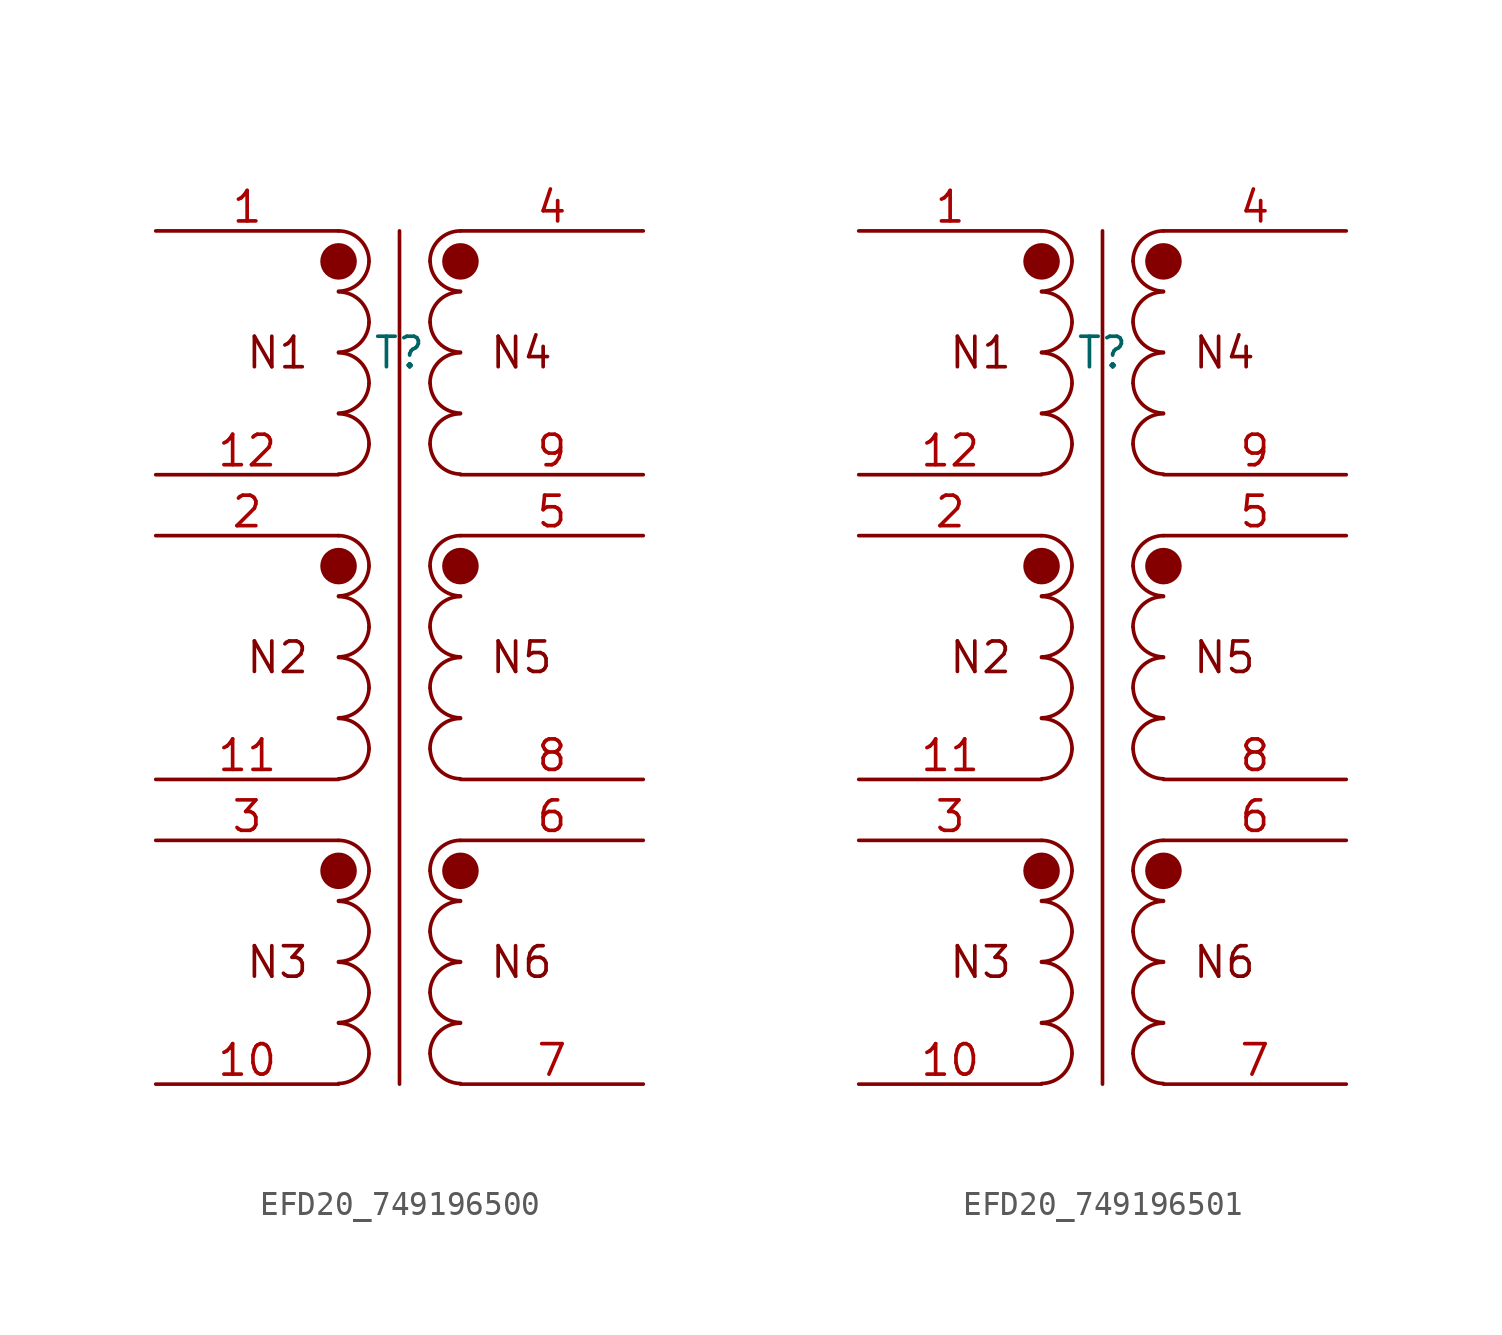
<source format=kicad_sym>
(kicad_symbol_lib
  (version 20220914)
  (generator kicad_symbol_editor)
  (symbol "EFD20_749196500"
    (pin_names hide)
    (property "Reference" "T"
      (at 0 12.7 0)
      (effects (font (size 1.27 1.27))))
    (property "Critical Parameter" ""
      (at 0 -5.08 0)
      (effects (font (size 1.27 1.27)) (justify left)))
    (symbol "EFD20_749196500_0_1"
      (arc (start -2.54 -17.7546) (mid -1.6561 -17.3863) (end -1.27 -16.51) (stroke (width 0) (type default)) (fill (type none)))
      (arc (start -2.54 -15.2146) (mid -1.6561 -14.8463) (end -1.27 -13.97) (stroke (width 0) (type default)) (fill (type none)))
      (arc (start -2.54 -12.6746) (mid -1.6561 -12.3063) (end -1.27 -11.43) (stroke (width 0) (type default)) (fill (type none)))
      (arc (start -2.54 -10.1346) (mid -1.6561 -9.7663) (end -1.27 -8.89) (stroke (width 0) (type default)) (fill (type none)))
      (arc (start -2.54 -5.0546) (mid -1.6561 -4.6863) (end -1.27 -3.81) (stroke (width 0) (type default)) (fill (type none)))
      (arc (start -2.54 -2.5146) (mid -1.6561 -2.1463) (end -1.27 -1.27) (stroke (width 0) (type default)) (fill (type none)))
      (arc (start -2.54 0.0254) (mid -1.6561 0.3937) (end -1.27 1.27) (stroke (width 0) (type default)) (fill (type none)))
      (arc (start -2.54 2.5654) (mid -1.6561 2.9337) (end -1.27 3.81) (stroke (width 0) (type default)) (fill (type none)))
      (arc (start -2.54 7.6454) (mid -1.6561 8.0137) (end -1.27 8.89) (stroke (width 0) (type default)) (fill (type none)))
      (arc (start -2.54 10.1854) (mid -1.6561 10.5537) (end -1.27 11.43) (stroke (width 0) (type default)) (fill (type none)))
      (arc (start -2.54 12.7254) (mid -1.6561 13.0937) (end -1.27 13.97) (stroke (width 0) (type default)) (fill (type none)))
      (arc (start -2.54 15.2654) (mid -1.6561 15.6337) (end -1.27 16.51) (stroke (width 0) (type default)) (fill (type none)))
      (arc (start -1.27 -16.51) (mid -1.642 -15.612) (end -2.54 -15.24) (stroke (width 0) (type default)) (fill (type none)))
      (arc (start -1.27 -13.97) (mid -1.642 -13.072) (end -2.54 -12.7) (stroke (width 0) (type default)) (fill (type none)))
      (arc (start -1.27 -11.43) (mid -1.642 -10.532) (end -2.54 -10.16) (stroke (width 0) (type default)) (fill (type none)))
      (arc (start -1.27 -8.89) (mid -1.642 -7.992) (end -2.54 -7.62) (stroke (width 0) (type default)) (fill (type none)))
      (arc (start -1.27 -3.81) (mid -1.642 -2.912) (end -2.54 -2.54) (stroke (width 0) (type default)) (fill (type none)))
      (arc (start -1.27 -1.27) (mid -1.642 -0.372) (end -2.54 0) (stroke (width 0) (type default)) (fill (type none)))
      (arc (start -1.27 1.27) (mid -1.642 2.168) (end -2.54 2.54) (stroke (width 0) (type default)) (fill (type none)))
      (arc (start -1.27 3.81) (mid -1.642 4.708) (end -2.54 5.08) (stroke (width 0) (type default)) (fill (type none)))
      (arc (start -1.27 8.89) (mid -1.642 9.788) (end -2.54 10.16) (stroke (width 0) (type default)) (fill (type none)))
      (arc (start -1.27 11.43) (mid -1.642 12.328) (end -2.54 12.7) (stroke (width 0) (type default)) (fill (type none)))
      (arc (start -1.27 13.97) (mid -1.642 14.868) (end -2.54 15.24) (stroke (width 0) (type default)) (fill (type none)))
      (arc (start -1.27 16.51) (mid -1.642 17.408) (end -2.54 17.78) (stroke (width 0) (type default)) (fill (type none)))
      (polyline (pts (xy 0 -17.78) (xy 0 17.78)) (stroke (width 0) (type default)) (fill (type none)))
      (arc (start 1.27 -16.51) (mid 1.6561 -17.3863) (end 2.54 -17.7546) (stroke (width 0) (type default)) (fill (type none)))
      (arc (start 1.27 -13.97) (mid 1.6561 -14.8463) (end 2.54 -15.2146) (stroke (width 0) (type default)) (fill (type none)))
      (arc (start 1.27 -11.43) (mid 1.6561 -12.3063) (end 2.54 -12.6746) (stroke (width 0) (type default)) (fill (type none)))
      (arc (start 1.27 -8.89) (mid 1.6561 -9.7663) (end 2.54 -10.1346) (stroke (width 0) (type default)) (fill (type none)))
      (arc (start 1.27 -3.81) (mid 1.6561 -4.6863) (end 2.54 -5.0546) (stroke (width 0) (type default)) (fill (type none)))
      (arc (start 1.27 -1.27) (mid 1.6561 -2.1463) (end 2.54 -2.5146) (stroke (width 0) (type default)) (fill (type none)))
      (arc (start 1.27 1.27) (mid 1.6561 0.3937) (end 2.54 0.0254) (stroke (width 0) (type default)) (fill (type none)))
      (arc (start 1.27 3.81) (mid 1.6561 2.9337) (end 2.54 2.5654) (stroke (width 0) (type default)) (fill (type none)))
      (arc (start 1.27 8.89) (mid 1.6561 8.0137) (end 2.54 7.6454) (stroke (width 0) (type default)) (fill (type none)))
      (arc (start 1.27 11.43) (mid 1.6561 10.5537) (end 2.54 10.1854) (stroke (width 0) (type default)) (fill (type none)))
      (arc (start 1.27 13.97) (mid 1.6561 13.0937) (end 2.54 12.7254) (stroke (width 0) (type default)) (fill (type none)))
      (arc (start 1.27 16.51) (mid 1.6561 15.6337) (end 2.54 15.2654) (stroke (width 0) (type default)) (fill (type none)))
      (arc (start 2.54 -15.24) (mid 1.642 -15.612) (end 1.27 -16.51) (stroke (width 0) (type default)) (fill (type none)))
      (arc (start 2.54 -12.7) (mid 1.642 -13.072) (end 1.27 -13.97) (stroke (width 0) (type default)) (fill (type none)))
      (arc (start 2.54 -10.16) (mid 1.642 -10.532) (end 1.27 -11.43) (stroke (width 0) (type default)) (fill (type none)))
      (arc (start 2.54 -7.62) (mid 1.642 -7.992) (end 1.27 -8.89) (stroke (width 0) (type default)) (fill (type none)))
      (arc (start 2.54 -2.54) (mid 1.642 -2.912) (end 1.27 -3.81) (stroke (width 0) (type default)) (fill (type none)))
      (arc (start 2.54 0) (mid 1.642 -0.372) (end 1.27 -1.27) (stroke (width 0) (type default)) (fill (type none)))
      (arc (start 2.54 2.54) (mid 1.642 2.168) (end 1.27 1.27) (stroke (width 0) (type default)) (fill (type none)))
      (arc (start 2.54 5.08) (mid 1.642 4.708) (end 1.27 3.81) (stroke (width 0) (type default)) (fill (type none)))
      (arc (start 2.54 10.16) (mid 1.642 9.788) (end 1.27 8.89) (stroke (width 0) (type default)) (fill (type none)))
      (arc (start 2.54 12.7) (mid 1.642 12.328) (end 1.27 11.43) (stroke (width 0) (type default)) (fill (type none)))
      (arc (start 2.54 15.24) (mid 1.642 14.868) (end 1.27 13.97) (stroke (width 0) (type default)) (fill (type none)))
      (arc (start 2.54 17.78) (mid 1.642 17.408) (end 1.27 16.51) (stroke (width 0) (type default)) (fill (type none))))
    (symbol "EFD20_749196500_1_1"
      (circle (center -2.54 -8.89) (radius 0.0001) (stroke (width 0.762) (type default)) (fill (type none)))
      (circle (center -2.54 3.81) (radius 0.0001) (stroke (width 0.762) (type default)) (fill (type none)))
      (circle (center -2.54 16.51) (radius 0.0001) (stroke (width 0.762) (type default)) (fill (type none)))
      (circle (center 2.54 -8.89) (radius 0.0001) (stroke (width 0.762) (type default)) (fill (type none)))
      (circle (center 2.54 3.81) (radius 0.0001) (stroke (width 0.762) (type default)) (fill (type none)))
      (circle (center 2.54 16.51) (radius 0.0001) (stroke (width 0.762) (type default)) (fill (type none)))
      (text "N1" (at -5.08 12.7 0) (effects (font (size 1.27 1.27))))
      (text "N2" (at -5.08 0 0) (effects (font (size 1.27 1.27))))
      (text "N3" (at -5.08 -12.7 0) (effects (font (size 1.27 1.27))))
      (text "N4" (at 5.08 12.7 0) (effects (font (size 1.27 1.27))))
      (text "N5" (at 5.08 0 0) (effects (font (size 1.27 1.27))))
      (text "N6" (at 5.08 -12.7 0) (effects (font (size 1.27 1.27))))
      (pin passive line (at -10.16 17.78 0) (length 7.62) (name "1" (effects (font (size 1.27 1.27)))) (number "1" (effects (font (size 1.27 1.27)))))
      (pin passive line (at -10.16 7.62 0) (length 7.62) (name "12" (effects (font (size 1.27 1.27)))) (number "12" (effects (font (size 1.27 1.27)))))
      (pin passive line (at -10.16 5.08 0) (length 7.62) (name "2" (effects (font (size 1.27 1.27)))) (number "2" (effects (font (size 1.27 1.27)))))
      (pin passive line (at -10.16 -5.08 0) (length 7.62) (name "11" (effects (font (size 1.27 1.27)))) (number "11" (effects (font (size 1.27 1.27)))))
      (pin passive line (at -10.16 -7.62 0) (length 7.62) (name "3" (effects (font (size 1.27 1.27)))) (number "3" (effects (font (size 1.27 1.27)))))
      (pin passive line (at -10.16 -17.78 0) (length 7.62) (name "10" (effects (font (size 1.27 1.27)))) (number "10" (effects (font (size 1.27 1.27)))))
      (pin passive line (at 10.16 -17.78 180) (length 7.62) (name "7" (effects (font (size 1.27 1.27)))) (number "7" (effects (font (size 1.27 1.27)))))
      (pin passive line (at 10.16 -7.62 180) (length 7.62) (name "6" (effects (font (size 1.27 1.27)))) (number "6" (effects (font (size 1.27 1.27)))))
      (pin passive line (at 10.16 -5.08 180) (length 7.62) (name "8" (effects (font (size 1.27 1.27)))) (number "8" (effects (font (size 1.27 1.27)))))
      (pin passive line (at 10.16 5.08 180) (length 7.62) (name "5" (effects (font (size 1.27 1.27)))) (number "5" (effects (font (size 1.27 1.27)))))
      (pin passive line (at 10.16 7.62 180) (length 7.62) (name "9" (effects (font (size 1.27 1.27)))) (number "9" (effects (font (size 1.27 1.27)))))
      (pin passive line (at 10.16 17.78 180) (length 7.62) (name "4" (effects (font (size 1.27 1.27)))) (number "4" (effects (font (size 1.27 1.27)))))))
  (symbol "EFD20_749196501"
    (pin_names hide)
    (property "Reference" "T"
      (at 0 12.7 0)
      (effects (font (size 1.27 1.27))))
    (property "Critical Parameter" ""
      (at 0 -5.08 0)
      (effects (font (size 1.27 1.27)) (justify left)))
    (symbol "EFD20_749196501_0_1"
      (arc (start -2.54 -17.7546) (mid -1.6561 -17.3863) (end -1.27 -16.51) (stroke (width 0) (type default)) (fill (type none)))
      (arc (start -2.54 -15.2146) (mid -1.6561 -14.8463) (end -1.27 -13.97) (stroke (width 0) (type default)) (fill (type none)))
      (arc (start -2.54 -12.6746) (mid -1.6561 -12.3063) (end -1.27 -11.43) (stroke (width 0) (type default)) (fill (type none)))
      (arc (start -2.54 -10.1346) (mid -1.6561 -9.7663) (end -1.27 -8.89) (stroke (width 0) (type default)) (fill (type none)))
      (arc (start -2.54 -5.0546) (mid -1.6561 -4.6863) (end -1.27 -3.81) (stroke (width 0) (type default)) (fill (type none)))
      (arc (start -2.54 -2.5146) (mid -1.6561 -2.1463) (end -1.27 -1.27) (stroke (width 0) (type default)) (fill (type none)))
      (arc (start -2.54 0.0254) (mid -1.6561 0.3937) (end -1.27 1.27) (stroke (width 0) (type default)) (fill (type none)))
      (arc (start -2.54 2.5654) (mid -1.6561 2.9337) (end -1.27 3.81) (stroke (width 0) (type default)) (fill (type none)))
      (arc (start -2.54 7.6454) (mid -1.6561 8.0137) (end -1.27 8.89) (stroke (width 0) (type default)) (fill (type none)))
      (arc (start -2.54 10.1854) (mid -1.6561 10.5537) (end -1.27 11.43) (stroke (width 0) (type default)) (fill (type none)))
      (arc (start -2.54 12.7254) (mid -1.6561 13.0937) (end -1.27 13.97) (stroke (width 0) (type default)) (fill (type none)))
      (arc (start -2.54 15.2654) (mid -1.6561 15.6337) (end -1.27 16.51) (stroke (width 0) (type default)) (fill (type none)))
      (arc (start -1.27 -16.51) (mid -1.642 -15.612) (end -2.54 -15.24) (stroke (width 0) (type default)) (fill (type none)))
      (arc (start -1.27 -13.97) (mid -1.642 -13.072) (end -2.54 -12.7) (stroke (width 0) (type default)) (fill (type none)))
      (arc (start -1.27 -11.43) (mid -1.642 -10.532) (end -2.54 -10.16) (stroke (width 0) (type default)) (fill (type none)))
      (arc (start -1.27 -8.89) (mid -1.642 -7.992) (end -2.54 -7.62) (stroke (width 0) (type default)) (fill (type none)))
      (arc (start -1.27 -3.81) (mid -1.642 -2.912) (end -2.54 -2.54) (stroke (width 0) (type default)) (fill (type none)))
      (arc (start -1.27 -1.27) (mid -1.642 -0.372) (end -2.54 0) (stroke (width 0) (type default)) (fill (type none)))
      (arc (start -1.27 1.27) (mid -1.642 2.168) (end -2.54 2.54) (stroke (width 0) (type default)) (fill (type none)))
      (arc (start -1.27 3.81) (mid -1.642 4.708) (end -2.54 5.08) (stroke (width 0) (type default)) (fill (type none)))
      (arc (start -1.27 8.89) (mid -1.642 9.788) (end -2.54 10.16) (stroke (width 0) (type default)) (fill (type none)))
      (arc (start -1.27 11.43) (mid -1.642 12.328) (end -2.54 12.7) (stroke (width 0) (type default)) (fill (type none)))
      (arc (start -1.27 13.97) (mid -1.642 14.868) (end -2.54 15.24) (stroke (width 0) (type default)) (fill (type none)))
      (arc (start -1.27 16.51) (mid -1.642 17.408) (end -2.54 17.78) (stroke (width 0) (type default)) (fill (type none)))
      (polyline (pts (xy 0 -17.78) (xy 0 17.78)) (stroke (width 0) (type default)) (fill (type none)))
      (arc (start 1.27 -16.51) (mid 1.6561 -17.3863) (end 2.54 -17.7546) (stroke (width 0) (type default)) (fill (type none)))
      (arc (start 1.27 -13.97) (mid 1.6561 -14.8463) (end 2.54 -15.2146) (stroke (width 0) (type default)) (fill (type none)))
      (arc (start 1.27 -11.43) (mid 1.6561 -12.3063) (end 2.54 -12.6746) (stroke (width 0) (type default)) (fill (type none)))
      (arc (start 1.27 -8.89) (mid 1.6561 -9.7663) (end 2.54 -10.1346) (stroke (width 0) (type default)) (fill (type none)))
      (arc (start 1.27 -3.81) (mid 1.6561 -4.6863) (end 2.54 -5.0546) (stroke (width 0) (type default)) (fill (type none)))
      (arc (start 1.27 -1.27) (mid 1.6561 -2.1463) (end 2.54 -2.5146) (stroke (width 0) (type default)) (fill (type none)))
      (arc (start 1.27 1.27) (mid 1.6561 0.3937) (end 2.54 0.0254) (stroke (width 0) (type default)) (fill (type none)))
      (arc (start 1.27 3.81) (mid 1.6561 2.9337) (end 2.54 2.5654) (stroke (width 0) (type default)) (fill (type none)))
      (arc (start 1.27 8.89) (mid 1.6561 8.0137) (end 2.54 7.6454) (stroke (width 0) (type default)) (fill (type none)))
      (arc (start 1.27 11.43) (mid 1.6561 10.5537) (end 2.54 10.1854) (stroke (width 0) (type default)) (fill (type none)))
      (arc (start 1.27 13.97) (mid 1.6561 13.0937) (end 2.54 12.7254) (stroke (width 0) (type default)) (fill (type none)))
      (arc (start 1.27 16.51) (mid 1.6561 15.6337) (end 2.54 15.2654) (stroke (width 0) (type default)) (fill (type none)))
      (arc (start 2.54 -15.24) (mid 1.642 -15.612) (end 1.27 -16.51) (stroke (width 0) (type default)) (fill (type none)))
      (arc (start 2.54 -12.7) (mid 1.642 -13.072) (end 1.27 -13.97) (stroke (width 0) (type default)) (fill (type none)))
      (arc (start 2.54 -10.16) (mid 1.642 -10.532) (end 1.27 -11.43) (stroke (width 0) (type default)) (fill (type none)))
      (arc (start 2.54 -7.62) (mid 1.642 -7.992) (end 1.27 -8.89) (stroke (width 0) (type default)) (fill (type none)))
      (arc (start 2.54 -2.54) (mid 1.642 -2.912) (end 1.27 -3.81) (stroke (width 0) (type default)) (fill (type none)))
      (arc (start 2.54 0) (mid 1.642 -0.372) (end 1.27 -1.27) (stroke (width 0) (type default)) (fill (type none)))
      (arc (start 2.54 2.54) (mid 1.642 2.168) (end 1.27 1.27) (stroke (width 0) (type default)) (fill (type none)))
      (arc (start 2.54 5.08) (mid 1.642 4.708) (end 1.27 3.81) (stroke (width 0) (type default)) (fill (type none)))
      (arc (start 2.54 10.16) (mid 1.642 9.788) (end 1.27 8.89) (stroke (width 0) (type default)) (fill (type none)))
      (arc (start 2.54 12.7) (mid 1.642 12.328) (end 1.27 11.43) (stroke (width 0) (type default)) (fill (type none)))
      (arc (start 2.54 15.24) (mid 1.642 14.868) (end 1.27 13.97) (stroke (width 0) (type default)) (fill (type none)))
      (arc (start 2.54 17.78) (mid 1.642 17.408) (end 1.27 16.51) (stroke (width 0) (type default)) (fill (type none))))
    (symbol "EFD20_749196501_1_1"
      (circle (center -2.54 -8.89) (radius 0.0001) (stroke (width 0.762) (type default)) (fill (type none)))
      (circle (center -2.54 3.81) (radius 0.0001) (stroke (width 0.762) (type default)) (fill (type none)))
      (circle (center -2.54 16.51) (radius 0.0001) (stroke (width 0.762) (type default)) (fill (type none)))
      (circle (center 2.54 -8.89) (radius 0.0001) (stroke (width 0.762) (type default)) (fill (type none)))
      (circle (center 2.54 3.81) (radius 0.0001) (stroke (width 0.762) (type default)) (fill (type none)))
      (circle (center 2.54 16.51) (radius 0.0001) (stroke (width 0.762) (type default)) (fill (type none)))
      (text "N1" (at -5.08 12.7 0) (effects (font (size 1.27 1.27))))
      (text "N2" (at -5.08 0 0) (effects (font (size 1.27 1.27))))
      (text "N3" (at -5.08 -12.7 0) (effects (font (size 1.27 1.27))))
      (text "N4" (at 5.08 12.7 0) (effects (font (size 1.27 1.27))))
      (text "N5" (at 5.08 0 0) (effects (font (size 1.27 1.27))))
      (text "N6" (at 5.08 -12.7 0) (effects (font (size 1.27 1.27))))
      (pin passive line (at -10.16 17.78 0) (length 7.62) (name "1" (effects (font (size 1.27 1.27)))) (number "1" (effects (font (size 1.27 1.27)))))
      (pin passive line (at -10.16 7.62 0) (length 7.62) (name "12" (effects (font (size 1.27 1.27)))) (number "12" (effects (font (size 1.27 1.27)))))
      (pin passive line (at -10.16 5.08 0) (length 7.62) (name "2" (effects (font (size 1.27 1.27)))) (number "2" (effects (font (size 1.27 1.27)))))
      (pin passive line (at -10.16 -5.08 0) (length 7.62) (name "11" (effects (font (size 1.27 1.27)))) (number "11" (effects (font (size 1.27 1.27)))))
      (pin passive line (at -10.16 -7.62 0) (length 7.62) (name "3" (effects (font (size 1.27 1.27)))) (number "3" (effects (font (size 1.27 1.27)))))
      (pin passive line (at -10.16 -17.78 0) (length 7.62) (name "10" (effects (font (size 1.27 1.27)))) (number "10" (effects (font (size 1.27 1.27)))))
      (pin passive line (at 10.16 -17.78 180) (length 7.62) (name "7" (effects (font (size 1.27 1.27)))) (number "7" (effects (font (size 1.27 1.27)))))
      (pin passive line (at 10.16 -7.62 180) (length 7.62) (name "6" (effects (font (size 1.27 1.27)))) (number "6" (effects (font (size 1.27 1.27)))))
      (pin passive line (at 10.16 -5.08 180) (length 7.62) (name "8" (effects (font (size 1.27 1.27)))) (number "8" (effects (font (size 1.27 1.27)))))
      (pin passive line (at 10.16 5.08 180) (length 7.62) (name "5" (effects (font (size 1.27 1.27)))) (number "5" (effects (font (size 1.27 1.27)))))
      (pin passive line (at 10.16 7.62 180) (length 7.62) (name "9" (effects (font (size 1.27 1.27)))) (number "9" (effects (font (size 1.27 1.27)))))
      (pin passive line (at 10.16 17.78 180) (length 7.62) (name "4" (effects (font (size 1.27 1.27)))) (number "4" (effects (font (size 1.27 1.27))))))))
</source>
